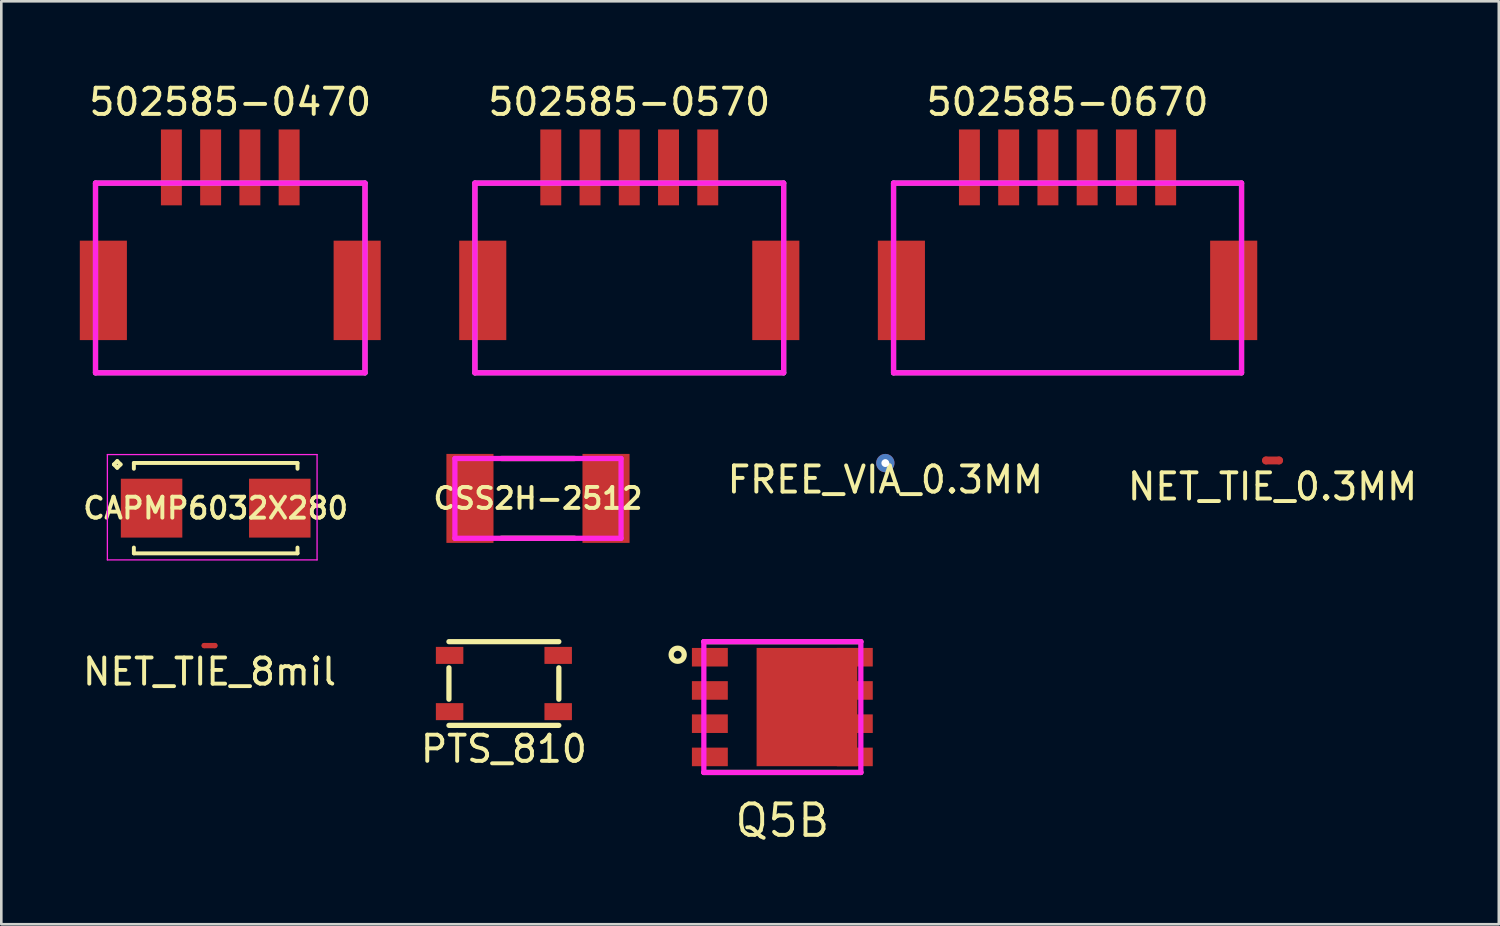
<source format=kicad_pcb>
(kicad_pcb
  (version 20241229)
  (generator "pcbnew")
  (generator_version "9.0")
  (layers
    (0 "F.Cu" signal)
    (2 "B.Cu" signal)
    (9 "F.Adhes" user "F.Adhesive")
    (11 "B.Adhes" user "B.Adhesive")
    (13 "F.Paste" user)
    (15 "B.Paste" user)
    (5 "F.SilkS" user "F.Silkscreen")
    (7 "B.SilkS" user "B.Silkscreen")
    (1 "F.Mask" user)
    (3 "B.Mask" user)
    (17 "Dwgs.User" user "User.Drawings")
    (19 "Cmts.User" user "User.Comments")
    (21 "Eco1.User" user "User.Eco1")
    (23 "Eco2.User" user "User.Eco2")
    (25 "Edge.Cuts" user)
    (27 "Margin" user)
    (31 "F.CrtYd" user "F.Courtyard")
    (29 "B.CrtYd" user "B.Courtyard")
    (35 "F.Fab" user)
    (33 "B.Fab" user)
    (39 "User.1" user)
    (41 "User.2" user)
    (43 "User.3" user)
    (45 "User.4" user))
  (footprint "NET_TIE_0.3MM"
    (layer "F.Cu")
    (at 45.584 14.548)
    (property "Reference" "NET_TIE_0.3MM" (at 0 1 0) (layer "F.SilkS") (effects (font (size 1 1) (thickness 0.15))))
    (attr through_hole)
    (fp_line (start -0.25 0) (end 0.25 0) (stroke (width 0.3) (type solid)) (layer "F.Cu"))
    (pad "1" smd circle (at -0.25 0) (size 0.3 0.3) (layers "F.Cu"))
    (pad "2" smd circle (at 0.25 0) (size 0.3 0.3) (layers "F.Cu")))
  (footprint "502585-0470"
    (layer "F.Cu")
    (at 5.75 3.348)
    (property "Reference" "502585-0470" (at 0 -2.5 0) (layer "F.SilkS") (effects (font (size 1 1) (thickness 0.15))))
    (attr through_hole)
    (fp_line (start -5.15 0.6) (end -5.15 7.85) (stroke (width 0.2) (type solid)) (layer "F.CrtYd"))
    (fp_line (start -5.15 0.6) (end 5.15 0.6) (stroke (width 0.2) (type solid)) (layer "F.CrtYd"))
    (fp_line (start -5.15 7.85) (end 5.15 7.85) (stroke (width 0.2) (type solid)) (layer "F.CrtYd"))
    (fp_line (start 5.15 0.6) (end 5.15 7.85) (stroke (width 0.2) (type solid)) (layer "F.CrtYd"))
    (fp_line (start -5.15 0.6) (end -5.15 7.85) (stroke (width 0.2) (type solid)) (layer "F.Fab"))
    (fp_line (start -5.15 0.6) (end 5.15 0.6) (stroke (width 0.2) (type solid)) (layer "F.Fab"))
    (fp_line (start -5.15 7.85) (end 5.15 7.85) (stroke (width 0.2) (type solid)) (layer "F.Fab"))
    (fp_line (start 5.15 0.6) (end 5.15 7.85) (stroke (width 0.2) (type solid)) (layer "F.Fab"))
    (pad "" smd rect (at -4.85 4.7) (size 1.8 3.8) (layers "F.Cu" "F.Mask" "F.Paste"))
    (pad "" smd rect (at 4.85 4.7) (size 1.8 3.8) (layers "F.Cu" "F.Mask" "F.Paste"))
    (pad "1" smd rect (at -2.25 0) (size 0.8 2.9) (layers "F.Cu" "F.Mask" "F.Paste"))
    (pad "2" smd rect (at -0.75 0) (size 0.8 2.9) (layers "F.Cu" "F.Mask" "F.Paste"))
    (pad "3" smd rect (at 0.75 0) (size 0.8 2.9) (layers "F.Cu" "F.Mask" "F.Paste"))
    (pad "4" smd rect (at 2.25 0) (size 0.8 2.9) (layers "F.Cu" "F.Mask" "F.Paste")))
  (footprint "CAPMP6032X280"
    (layer "F.Cu")
    (at 5.193 16.371)
    (property "Reference" "CAPMP6032X280" (at 0 0 0) (layer "F.SilkS") (effects (font (size 0.8 0.8) (thickness 0.15))))
    (attr smd)
    (fp_line (start -3.889 -1.671) (end -3.762 -1.798) (stroke (width 0.15) (type solid)) (layer "F.SilkS"))
    (fp_line (start -3.762 -1.798) (end -3.635 -1.671) (stroke (width 0.15) (type solid)) (layer "F.SilkS"))
    (fp_line (start -3.762 -1.544) (end -3.889 -1.671) (stroke (width 0.15) (type solid)) (layer "F.SilkS"))
    (fp_line (start -3.635 -1.671) (end -3.762 -1.544) (stroke (width 0.15) (type solid)) (layer "F.SilkS"))
    (fp_line (start -3.127 -1.727) (end 3.127 -1.727) (stroke (width 0.15) (type solid)) (layer "F.SilkS"))
    (fp_line (start -3.127 -1.506) (end -3.127 -1.727) (stroke (width 0.15) (type solid)) (layer "F.SilkS"))
    (fp_line (start -3.127 1.506) (end -3.127 1.727) (stroke (width 0.15) (type solid)) (layer "F.SilkS"))
    (fp_line (start -3.127 1.727) (end 3.127 1.727) (stroke (width 0.15) (type solid)) (layer "F.SilkS"))
    (fp_line (start 3.127 -1.727) (end 3.127 -1.506) (stroke (width 0.15) (type solid)) (layer "F.SilkS"))
    (fp_line (start 3.127 1.727) (end 3.127 1.506) (stroke (width 0.15) (type solid)) (layer "F.SilkS"))
    (fp_line (start -4.139 -2.048) (end 3.875 -2.048) (stroke (width 0.05) (type solid)) (layer "F.CrtYd"))
    (fp_line (start -4.139 1.977) (end -4.139 -2.048) (stroke (width 0.05) (type solid)) (layer "F.CrtYd"))
    (fp_line (start 3.875 -2.048) (end 3.875 1.977) (stroke (width 0.05) (type solid)) (layer "F.CrtYd"))
    (fp_line (start 3.875 1.977) (end -4.139 1.977) (stroke (width 0.05) (type solid)) (layer "F.CrtYd"))
    (pad "1" smd rect (at -2.45 0) (size 2.35 2.25) (layers "F.Cu" "F.Mask" "F.Paste"))
    (pad "2" smd rect (at 2.45 0) (size 2.35 2.25) (layers "F.Cu" "F.Mask" "F.Paste")))
  (footprint "Q5B"
    (layer "F.Cu")
    (at 26.85 23.973)
    (property "Reference" "Q5B" (at 0 4.335 0) (layer "F.SilkS") (effects (font (size 1.2 1.2) (thickness 0.15))))
    (attr through_hole)
    (fp_line (start -3 -2.5) (end 3 -2.5) (stroke (width 0.2) (type solid)) (layer "F.SilkS"))
    (fp_line (start -3 2.5) (end 3 2.5) (stroke (width 0.2) (type solid)) (layer "F.SilkS"))
    (fp_circle (center -4 -2) (end -3.75 -2) (stroke (width 0.2) (type solid)) (fill no) (layer "F.SilkS"))
    (fp_line (start -3 -2.5) (end 3 -2.5) (stroke (width 0.2) (type solid)) (layer "F.CrtYd"))
    (fp_line (start -3 2.5) (end -3 -2.5) (stroke (width 0.2) (type solid)) (layer "F.CrtYd"))
    (fp_line (start 3 -2.5) (end 3 2.5) (stroke (width 0.2) (type solid)) (layer "F.CrtYd"))
    (fp_line (start 3 2.5) (end -3 2.5) (stroke (width 0.2) (type solid)) (layer "F.CrtYd"))
    (pad "" smd rect (at -2.757 -1.905) (size 1.072 0.562) (layers "F.Paste"))
    (pad "" smd rect (at -2.757 -0.635) (size 1.072 0.562) (layers "F.Paste"))
    (pad "" smd rect (at -2.757 0.635) (size 1.072 0.562) (layers "F.Paste"))
    (pad "" smd rect (at -2.757 1.905) (size 1.072 0.562) (layers "F.Paste"))
    (pad "" smd rect (at -0.05 -1.569) (size 1.294 0.746) (layers "F.Paste"))
    (pad "" smd rect (at -0.05 -0.523) (size 1.294 0.746) (layers "F.Paste"))
    (pad "" smd rect (at -0.05 0.523) (size 1.294 0.746) (layers "F.Paste"))
    (pad "" smd rect (at -0.05 1.569) (size 1.294 0.746) (layers "F.Paste"))
    (pad "" smd rect (at 1.594 -1.569) (size 1.294 0.746) (layers "F.Paste"))
    (pad "" smd rect (at 1.594 -0.523) (size 1.294 0.746) (layers "F.Paste"))
    (pad "" smd rect (at 1.594 0.523) (size 1.294 0.746) (layers "F.Paste"))
    (pad "" smd rect (at 1.594 1.569) (size 1.294 0.746) (layers "F.Paste"))
    (pad "" smd rect (at 2.91 -1.905) (size 0.766 0.508) (layers "F.Paste"))
    (pad "" smd rect (at 2.91 -0.635) (size 0.766 0.508) (layers "F.Paste"))
    (pad "" smd rect (at 2.91 0.635) (size 0.766 0.508) (layers "F.Paste"))
    (pad "" smd rect (at 2.91 1.905) (size 0.766 0.508) (layers "F.Paste"))
    (pad "D" smd rect (at 0.941 0) (size 3.85 4.52) (layers "F.Cu" "F.Mask"))
    (pad "D" smd rect (at 2.77 -1.905) (size 1.372 0.71) (layers "F.Cu" "F.Mask"))
    (pad "D" smd rect (at 2.77 -0.635) (size 1.372 0.71) (layers "F.Cu" "F.Mask"))
    (pad "D" smd rect (at 2.77 0.635) (size 1.372 0.71) (layers "F.Cu" "F.Mask"))
    (pad "D" smd rect (at 2.77 1.905) (size 1.372 0.71) (layers "F.Cu" "F.Mask"))
    (pad "G" smd rect (at -2.77 1.905) (size 1.372 0.71) (layers "F.Cu" "F.Mask"))
    (pad "S" smd rect (at -2.77 -1.905) (size 1.372 0.71) (layers "F.Cu" "F.Mask"))
    (pad "S" smd rect (at -2.77 -0.635) (size 1.372 0.71) (layers "F.Cu" "F.Mask"))
    (pad "S" smd rect (at -2.77 0.635) (size 1.372 0.71) (layers "F.Cu" "F.Mask")))
  (footprint "PTS_810"
    (layer "F.Cu")
    (at 16.208 23.073)
    (property "Reference" "PTS_810" (at 0 2.5 0) (layer "F.SilkS") (effects (font (size 1 1) (thickness 0.15))))
    (attr through_hole)
    (fp_line (start -2.1 -1.6) (end 2.1 -1.6) (stroke (width 0.2) (type solid)) (layer "F.SilkS"))
    (fp_line (start -2.1 -0.6) (end -2.1 0.6) (stroke (width 0.2) (type solid)) (layer "F.SilkS"))
    (fp_line (start -2.1 1.6) (end 2.1 1.6) (stroke (width 0.2) (type solid)) (layer "F.SilkS"))
    (fp_line (start 2.1 -0.6) (end 2.1 0.6) (stroke (width 0.2) (type solid)) (layer "F.SilkS"))
    (pad "1" smd rect (at -2.075 -1.075) (size 1.05 0.65) (layers "F.Cu" "F.Mask" "F.Paste"))
    (pad "2" smd rect (at 2.075 -1.075) (size 1.05 0.65) (layers "F.Cu" "F.Mask" "F.Paste"))
    (pad "3" smd rect (at -2.075 1.075) (size 1.05 0.65) (layers "F.Cu" "F.Mask" "F.Paste"))
    (pad "4" smd rect (at 2.075 1.075) (size 1.05 0.65) (layers "F.Cu" "F.Mask" "F.Paste")))
  (footprint "NET_TIE_8mil"
    (layer "F.Cu")
    (at 4.958 21.623)
    (property "Reference" "NET_TIE_8mil" (at 0 1 0) (layer "F.SilkS") (effects (font (size 1 1) (thickness 0.15))))
    (attr through_hole)
    (fp_line (start -0.203 0) (end 0.203 0) (stroke (width 0.203) (type solid)) (layer "F.Cu"))
    (pad "1" smd circle (at -0.203 0) (size 0.203 0.203) (layers "F.Cu"))
    (pad "2" smd circle (at 0.203 0) (size 0.203 0.203) (layers "F.Cu")))
  (footprint "CSS2H-2512"
    (layer "F.Cu")
    (at 17.511 15.998)
    (property "Reference" "CSS2H-2512" (at 0 0 0) (layer "F.SilkS") (effects (font (size 0.8 0.8) (thickness 0.15))))
    (attr smd)
    (fp_line (start -1.4 -1.525) (end 1.4 -1.525) (stroke (width 0.2) (type solid)) (layer "F.SilkS"))
    (fp_line (start -1.4 1.525) (end 1.4 1.525) (stroke (width 0.2) (type solid)) (layer "F.SilkS"))
    (fp_line (start -3.175 -1.525) (end 3.175 -1.525) (stroke (width 0.2) (type solid)) (layer "F.CrtYd"))
    (fp_line (start -3.175 1.525) (end -3.175 -1.525) (stroke (width 0.2) (type solid)) (layer "F.CrtYd"))
    (fp_line (start 3.175 -1.525) (end 3.175 1.525) (stroke (width 0.2) (type solid)) (layer "F.CrtYd"))
    (fp_line (start 3.175 1.525) (end -3.175 1.525) (stroke (width 0.2) (type solid)) (layer "F.CrtYd"))
    (pad "1" smd rect (at -2.6 0) (size 1.8 3.4) (layers "F.Cu" "F.Mask" "F.Paste"))
    (pad "2" smd rect (at 2.6 0) (size 1.8 3.4) (layers "F.Cu" "F.Mask" "F.Paste")))
  (footprint "502585-0570"
    (layer "F.Cu")
    (at 21 3.348)
    (property "Reference" "502585-0570" (at 0 -2.5 0) (layer "F.SilkS") (effects (font (size 1 1) (thickness 0.15))))
    (attr through_hole)
    (fp_line (start -5.9 0.6) (end -5.9 7.85) (stroke (width 0.2) (type solid)) (layer "F.CrtYd"))
    (fp_line (start -5.9 0.6) (end 5.9 0.6) (stroke (width 0.2) (type solid)) (layer "F.CrtYd"))
    (fp_line (start -5.9 7.85) (end 5.9 7.85) (stroke (width 0.2) (type solid)) (layer "F.CrtYd"))
    (fp_line (start 5.9 0.6) (end 5.9 7.85) (stroke (width 0.2) (type solid)) (layer "F.CrtYd"))
    (fp_line (start -5.9 0.6) (end -5.9 7.85) (stroke (width 0.2) (type solid)) (layer "F.Fab"))
    (fp_line (start -5.9 0.6) (end 5.9 0.6) (stroke (width 0.2) (type solid)) (layer "F.Fab"))
    (fp_line (start -5.9 7.85) (end 5.9 7.85) (stroke (width 0.2) (type solid)) (layer "F.Fab"))
    (fp_line (start 5.9 0.6) (end 5.9 7.85) (stroke (width 0.2) (type solid)) (layer "F.Fab"))
    (pad "" smd rect (at -5.6 4.7) (size 1.8 3.8) (layers "F.Cu" "F.Mask" "F.Paste"))
    (pad "" smd rect (at 5.6 4.7) (size 1.8 3.8) (layers "F.Cu" "F.Mask" "F.Paste"))
    (pad "1" smd rect (at -3 0) (size 0.8 2.9) (layers "F.Cu" "F.Mask" "F.Paste"))
    (pad "2" smd rect (at -1.5 0) (size 0.8 2.9) (layers "F.Cu" "F.Mask" "F.Paste"))
    (pad "3" smd rect (at 0 0) (size 0.8 2.9) (layers "F.Cu" "F.Mask" "F.Paste"))
    (pad "4" smd rect (at 1.5 0) (size 0.8 2.9) (layers "F.Cu" "F.Mask" "F.Paste"))
    (pad "5" smd rect (at 3 0) (size 0.8 2.9) (layers "F.Cu" "F.Mask" "F.Paste")))
  (footprint "FREE_VIA_0.3MM"
    (layer "F.Cu")
    (at 30.786 14.648)
    (property "Reference" "FREE_VIA_0.3MM" (at 0 0.635 0) (layer "F.SilkS") (effects (font (size 1 1) (thickness 0.15))))
    (attr through_hole)
    (pad "" thru_hole circle (at 0 0) (size 0.7 0.7) (drill 0.3) (layers "*.Cu")))
  (footprint "502585-0670"
    (layer "F.Cu")
    (at 37.75 3.348)
    (property "Reference" "502585-0670" (at 0 -2.5 0) (layer "F.SilkS") (effects (font (size 1 1) (thickness 0.15))))
    (attr through_hole)
    (fp_line (start -6.65 0.6) (end -6.65 7.85) (stroke (width 0.2) (type solid)) (layer "F.CrtYd"))
    (fp_line (start -6.65 0.6) (end 6.65 0.6) (stroke (width 0.2) (type solid)) (layer "F.CrtYd"))
    (fp_line (start 6.65 0.6) (end 6.65 7.85) (stroke (width 0.2) (type solid)) (layer "F.CrtYd"))
    (fp_line (start 6.65 7.85) (end -6.65 7.85) (stroke (width 0.2) (type solid)) (layer "F.CrtYd"))
    (fp_line (start -6.65 0.6) (end -6.65 7.85) (stroke (width 0.2) (type solid)) (layer "F.Fab"))
    (fp_line (start -6.65 7.85) (end 6.65 7.85) (stroke (width 0.2) (type solid)) (layer "F.Fab"))
    (fp_line (start 6.65 0.6) (end -6.65 0.6) (stroke (width 0.2) (type solid)) (layer "F.Fab"))
    (fp_line (start 6.65 0.6) (end 6.65 7.85) (stroke (width 0.2) (type solid)) (layer "F.Fab"))
    (pad "" smd rect (at -6.35 4.7) (size 1.8 3.8) (layers "F.Cu" "F.Mask" "F.Paste"))
    (pad "" smd rect (at 6.35 4.7) (size 1.8 3.8) (layers "F.Cu" "F.Mask" "F.Paste"))
    (pad "1" smd rect (at -3.75 0) (size 0.8 2.9) (layers "F.Cu" "F.Mask" "F.Paste"))
    (pad "2" smd rect (at -2.25 0) (size 0.8 2.9) (layers "F.Cu" "F.Mask" "F.Paste"))
    (pad "3" smd rect (at -0.75 0) (size 0.8 2.9) (layers "F.Cu" "F.Mask" "F.Paste"))
    (pad "4" smd rect (at 0.75 0) (size 0.8 2.9) (layers "F.Cu" "F.Mask" "F.Paste"))
    (pad "5" smd rect (at 2.25 0) (size 0.8 2.9) (layers "F.Cu" "F.Mask" "F.Paste"))
    (pad "6" smd rect (at 3.75 0) (size 0.8 2.9) (layers "F.Cu" "F.Mask" "F.Paste")))
  (gr_rect
    (start -3 -3)
    (end 54.232 32.274)
    (stroke (width 0.1) (type default))
    (fill no)
    (layer "Edge.Cuts")))
</source>
